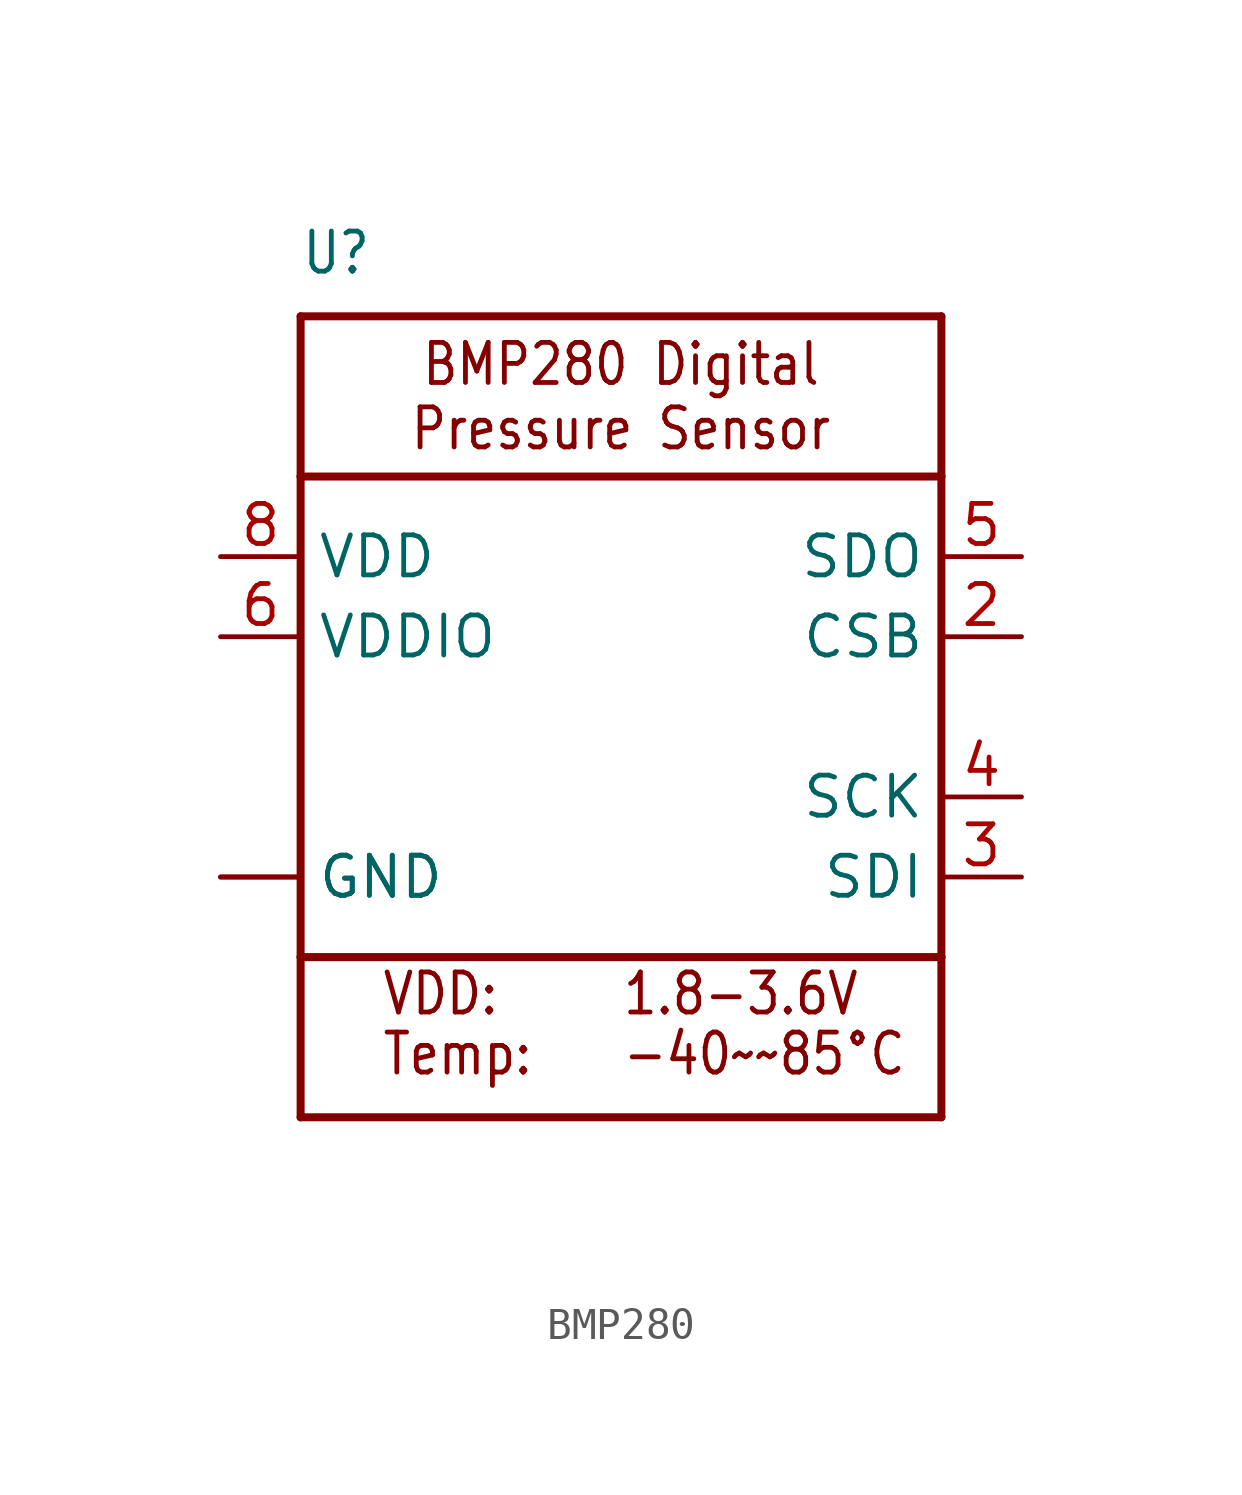
<source format=kicad_sym>
(kicad_symbol_lib
  (version 20231120)
  (generator "kicad_symbol_editor")
  (generator_version "8.0")
  (symbol "BMP280"
    (property "Reference" "U"
      (at -10.16 13.97 0)
      (effects (font (size 1.27 1.079)) (justify left bottom)))
    (property "Value" ""
      (at -10.16 -15.24 0)
      (effects (font (size 1.27 1.079)) (justify left bottom)))
    (property "ki_locked" ""
      (at 0 0 0)
      (effects (font (size 1.27 1.27))))
    (symbol "BMP280_1_0"
      (polyline (pts (xy -10.16 -7.62) (xy -10.16 -12.7)) (stroke (width 0.254) (type solid)) (fill (type none)))
      (polyline (pts (xy -10.16 -7.62) (xy -10.16 7.62)) (stroke (width 0.254) (type solid)) (fill (type none)))
      (polyline (pts (xy -10.16 7.62) (xy 10.16 7.62)) (stroke (width 0.254) (type solid)) (fill (type none)))
      (polyline (pts (xy -10.16 12.7) (xy -10.16 7.62)) (stroke (width 0.254) (type solid)) (fill (type none)))
      (polyline (pts (xy -10.16 12.7) (xy 10.16 12.7)) (stroke (width 0.254) (type solid)) (fill (type none)))
      (polyline (pts (xy 10.16 -12.7) (xy -10.16 -12.7)) (stroke (width 0.254) (type solid)) (fill (type none)))
      (polyline (pts (xy 10.16 -7.62) (xy -10.16 -7.62)) (stroke (width 0.254) (type solid)) (fill (type none)))
      (polyline (pts (xy 10.16 -7.62) (xy 10.16 -12.7)) (stroke (width 0.254) (type solid)) (fill (type none)))
      (polyline (pts (xy 10.16 7.62) (xy 10.16 -7.62)) (stroke (width 0.254) (type solid)) (fill (type none)))
      (polyline (pts (xy 10.16 12.7) (xy 10.16 7.62)) (stroke (width 0.254) (type solid)) (fill (type none)))
      (text "-40~~85°C" (at 0 -11.43 0) (effects (font (size 1.27 1.079)) (justify left bottom)))
      (text "1.8-3.6V" (at 0 -9.525 0) (effects (font (size 1.27 1.079)) (justify left bottom)))
      (text "BMP280 Digital\nPressure Sensor" (at 0 10.16 0) (effects (font (size 1.27 1.079))))
      (text "Temp:" (at -7.62 -11.43 0) (effects (font (size 1.27 1.079)) (justify left bottom)))
      (text "VDD:" (at -7.62 -9.525 0) (effects (font (size 1.27 1.079)) (justify left bottom)))
      (pin power_in line (at -12.7 -5.08 0) (length 2.54) (name "GND" (effects (font (size 1.27 1.27)))) (number "1" (effects (font (size 0 0)))))
      (pin input line (at 12.7 2.54 180) (length 2.54) (name "CSB" (effects (font (size 1.27 1.27)))) (number "2" (effects (font (size 1.27 1.27)))))
      (pin input line (at 12.7 -5.08 180) (length 2.54) (name "SDI" (effects (font (size 1.27 1.27)))) (number "3" (effects (font (size 1.27 1.27)))))
      (pin input line (at 12.7 -2.54 180) (length 2.54) (name "SCK" (effects (font (size 1.27 1.27)))) (number "4" (effects (font (size 1.27 1.27)))))
      (pin output line (at 12.7 5.08 180) (length 2.54) (name "SDO" (effects (font (size 1.27 1.27)))) (number "5" (effects (font (size 1.27 1.27)))))
      (pin power_in line (at -12.7 2.54 0) (length 2.54) (name "VDDIO" (effects (font (size 1.27 1.27)))) (number "6" (effects (font (size 1.27 1.27)))))
      (pin power_in line (at -12.7 -5.08 0) (length 2.54) (name "GND" (effects (font (size 1.27 1.27)))) (number "7" (effects (font (size 0 0)))))
      (pin power_in line (at -12.7 5.08 0) (length 2.54) (name "VDD" (effects (font (size 1.27 1.27)))) (number "8" (effects (font (size 1.27 1.27))))))))
</source>
